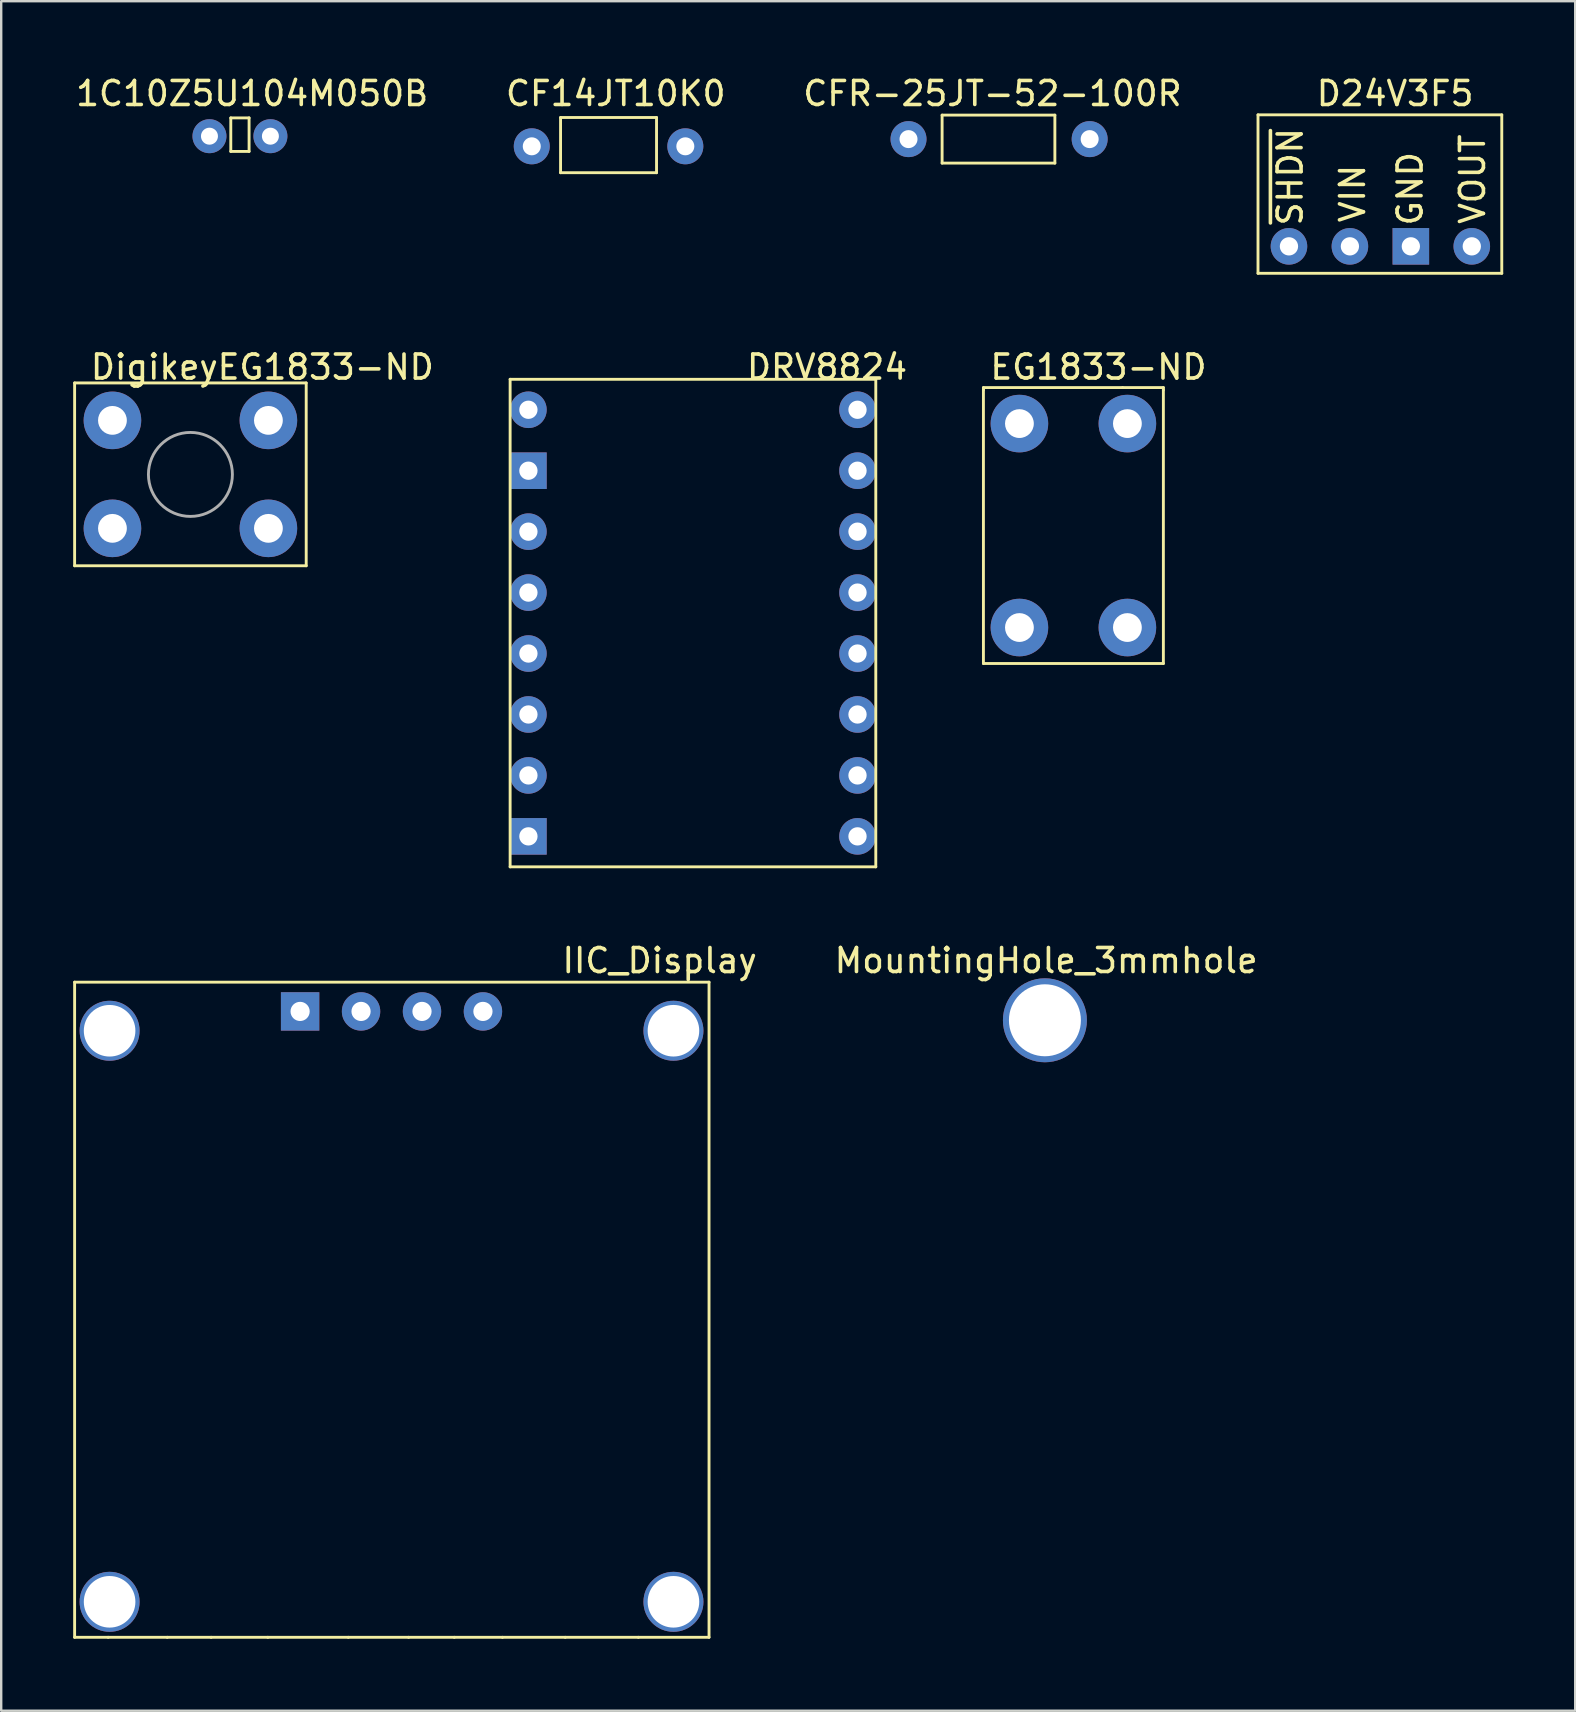
<source format=kicad_pcb>
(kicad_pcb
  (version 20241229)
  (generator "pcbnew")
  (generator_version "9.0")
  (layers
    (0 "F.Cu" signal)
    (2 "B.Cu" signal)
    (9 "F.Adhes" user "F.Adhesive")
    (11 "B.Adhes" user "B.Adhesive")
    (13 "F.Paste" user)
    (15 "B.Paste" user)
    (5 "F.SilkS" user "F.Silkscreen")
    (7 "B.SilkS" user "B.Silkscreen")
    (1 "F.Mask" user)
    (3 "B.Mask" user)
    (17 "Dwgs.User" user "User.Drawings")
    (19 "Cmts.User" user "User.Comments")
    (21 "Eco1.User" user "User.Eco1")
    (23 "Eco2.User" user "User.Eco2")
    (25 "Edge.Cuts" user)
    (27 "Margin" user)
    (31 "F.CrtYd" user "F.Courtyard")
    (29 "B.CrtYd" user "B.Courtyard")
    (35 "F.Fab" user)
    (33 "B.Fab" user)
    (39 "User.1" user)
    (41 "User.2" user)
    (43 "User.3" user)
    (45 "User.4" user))
  (footprint "D24V3F5"
    (layer "F.Cu")
    (at 51.921 6.817)
    (property "Reference" "D24V3F5" (at 3.175 -5.969 0) (layer "F.SilkS") (effects (font (size 1 1) (thickness 0.15))))
    (attr through_hole)
    (fp_line (start -2.54 -5.08) (end 7.62 -5.08) (stroke (width 0.12) (type solid)) (layer "F.SilkS"))
    (fp_line (start -2.54 1.524) (end -2.54 -5.08) (stroke (width 0.12) (type solid)) (layer "F.SilkS"))
    (fp_line (start 7.62 -5.08) (end 7.62 1.524) (stroke (width 0.12) (type solid)) (layer "F.SilkS"))
    (fp_line (start 7.62 1.524) (end -2.54 1.524) (stroke (width 0.12) (type solid)) (layer "F.SilkS"))
    (fp_text user "GND" (at 3.8 -2 90) (layer "F.SilkS") (effects (font (size 1 1) (thickness 0.15))))
    (fp_text user "VIN" (at 1.4 -1.8 90) (layer "F.SilkS") (effects (font (size 1 1) (thickness 0.15))))
    (fp_text user "~{SHDN}" (at -1.2 -2.5 90) (layer "F.SilkS") (effects (font (size 1 1) (thickness 0.15))))
    (fp_text user "VOUT" (at 6.4 -2.4 90) (layer "F.SilkS") (effects (font (size 1 1) (thickness 0.15))))
    (pad "1" thru_hole circle (at 6.37 0.4 180) (size 1.524 1.524) (drill 0.762) (layers "*.Cu" "*.Mask"))
    (pad "2" thru_hole rect (at 3.83 0.4 180) (size 1.524 1.524) (drill 0.762) (layers "*.Cu" "*.Mask"))
    (pad "3" thru_hole circle (at 1.29 0.4 180) (size 1.524 1.524) (drill 0.762) (layers "*.Cu" "*.Mask"))
    (pad "4" thru_hole circle (at -1.25 0.4 180) (size 1.524 1.524) (drill 0.762) (layers "*.Cu" "*.Mask")))
  (footprint "DRV8824"
    (layer "F.Cu")
    (at 18.973 31.808)
    (property "Reference" "DRV8824" (at 12.446 -19.558 0) (layer "F.SilkS") (effects (font (size 1 1) (thickness 0.15))))
    (attr through_hole)
    (fp_line (start -0.762 -19.05) (end -0.762 1.27) (stroke (width 0.12) (type solid)) (layer "F.SilkS"))
    (fp_line (start -0.762 1.27) (end 14.478 1.27) (stroke (width 0.12) (type solid)) (layer "F.SilkS"))
    (fp_line (start 14.478 -19.05) (end -0.762 -19.05) (stroke (width 0.12) (type solid)) (layer "F.SilkS"))
    (fp_line (start 14.478 1.27) (end 14.478 -19.05) (stroke (width 0.12) (type solid)) (layer "F.SilkS"))
    (pad "1" thru_hole rect (at 0 0) (size 1.524 1.524) (drill 0.762) (layers "*.Cu" "*.Mask"))
    (pad "1" thru_hole circle (at 13.716 0) (size 1.524 1.524) (drill 0.762) (layers "*.Cu" "*.Mask"))
    (pad "2" thru_hole circle (at 0 -2.54) (size 1.524 1.524) (drill 0.762) (layers "*.Cu" "*.Mask"))
    (pad "2" thru_hole circle (at 13.716 -2.54) (size 1.524 1.524) (drill 0.762) (layers "*.Cu" "*.Mask"))
    (pad "3" thru_hole circle (at 0 -5.08) (size 1.524 1.524) (drill 0.762) (layers "*.Cu" "*.Mask"))
    (pad "3" thru_hole circle (at 13.716 -5.08) (size 1.524 1.524) (drill 0.762) (layers "*.Cu" "*.Mask"))
    (pad "4" thru_hole circle (at 0 -7.62) (size 1.524 1.524) (drill 0.762) (layers "*.Cu" "*.Mask"))
    (pad "4" thru_hole circle (at 13.716 -7.62) (size 1.524 1.524) (drill 0.762) (layers "*.Cu" "*.Mask"))
    (pad "5" thru_hole circle (at 0 -10.16) (size 1.524 1.524) (drill 0.762) (layers "*.Cu" "*.Mask"))
    (pad "5" thru_hole circle (at 13.716 -10.16) (size 1.524 1.524) (drill 0.762) (layers "*.Cu" "*.Mask"))
    (pad "6" thru_hole circle (at 0 -12.7) (size 1.524 1.524) (drill 0.762) (layers "*.Cu" "*.Mask"))
    (pad "6" thru_hole circle (at 13.716 -12.7) (size 1.524 1.524) (drill 0.762) (layers "*.Cu" "*.Mask"))
    (pad "7" thru_hole rect (at 0 -15.24) (size 1.524 1.524) (drill 0.762) (layers "*.Cu" "*.Mask"))
    (pad "7" thru_hole circle (at 13.716 -15.24) (size 1.524 1.524) (drill 0.762) (layers "*.Cu" "*.Mask"))
    (pad "8" thru_hole circle (at 0 -17.78) (size 1.524 1.524) (drill 0.762) (layers "*.Cu" "*.Mask"))
    (pad "8" thru_hole circle (at 13.716 -17.78) (size 1.524 1.524) (drill 0.762) (layers "*.Cu" "*.Mask")))
  (footprint "DigikeyEG1833-ND"
    (layer "F.Cu")
    (at 4.886 16.72)
    (property "Reference" "DigikeyEG1833-ND" (at 2.997 -4.47 0) (layer "F.SilkS") (effects (font (size 1 1) (thickness 0.15))))
    (attr through_hole)
    (fp_line (start -4.826 -3.81) (end 4.826 -3.81) (stroke (width 0.12) (type solid)) (layer "F.SilkS"))
    (fp_line (start -4.826 3.81) (end -4.826 -3.81) (stroke (width 0.12) (type solid)) (layer "F.SilkS"))
    (fp_line (start 4.826 -3.81) (end 4.826 3.81) (stroke (width 0.12) (type solid)) (layer "F.SilkS"))
    (fp_line (start 4.826 3.81) (end -4.826 3.81) (stroke (width 0.12) (type solid)) (layer "F.SilkS"))
    (fp_circle (center 0 0.003) (end 1.75 0.003) (stroke (width 0.12) (type solid)) (fill no) (layer "F.Fab"))
    (pad "1" thru_hole circle (at -3.25 2.25) (size 2.4 2.4) (drill 1.2) (layers "*.Cu" "*.Mask"))
    (pad "1" thru_hole circle (at 3.25 2.25) (size 2.4 2.4) (drill 1.2) (layers "*.Cu" "*.Mask"))
    (pad "2" thru_hole circle (at -3.25 -2.25) (size 2.4 2.4) (drill 1.2) (layers "*.Cu" "*.Mask"))
    (pad "2" thru_hole circle (at 3.25 -2.25) (size 2.4 2.4) (drill 1.2) (layers "*.Cu" "*.Mask")))
  (footprint "EG1833-ND"
    (layer "F.Cu")
    (at 39.437 23.104)
    (property "Reference" "EG1833-ND" (at 3.294 -10.854 0) (layer "F.SilkS") (effects (font (size 1 1) (thickness 0.15))))
    (attr through_hole)
    (fp_line (start -1.5 -10) (end -1.5 -9.9) (stroke (width 0.12) (type solid)) (layer "F.SilkS"))
    (fp_line (start -1.5 1.5) (end -1.5 -9.9) (stroke (width 0.12) (type solid)) (layer "F.SilkS"))
    (fp_line (start -1.5 1.5) (end 6 1.5) (stroke (width 0.12) (type solid)) (layer "F.SilkS"))
    (fp_line (start 4.3 -10) (end -1.5 -10) (stroke (width 0.12) (type solid)) (layer "F.SilkS"))
    (fp_line (start 4.3 -10) (end 6 -10) (stroke (width 0.12) (type solid)) (layer "F.SilkS"))
    (fp_line (start 6 -10) (end 6 -9.9) (stroke (width 0.12) (type solid)) (layer "F.SilkS"))
    (fp_line (start 6 1.5) (end 6 -9.9) (stroke (width 0.12) (type solid)) (layer "F.SilkS"))
    (pad "1" thru_hole circle (at 0 0) (size 2.4 2.4) (drill 1.2) (layers "*.Cu" "*.Mask"))
    (pad "2" thru_hole circle (at 4.5 0) (size 2.4 2.4) (drill 1.2) (layers "*.Cu" "*.Mask"))
    (pad "3" thru_hole circle (at 0 -8.5) (size 2.4 2.4) (drill 1.2) (layers "*.Cu" "*.Mask"))
    (pad "4" thru_hole circle (at 4.5 -8.5) (size 2.4 2.4) (drill 1.2) (layers "*.Cu" "*.Mask")))
  (footprint "1C10Z5U104M050B"
    (layer "F.Cu")
    (at 5.68 2.626)
    (property "Reference" "1C10Z5U104M050B" (at 1.778 -1.778 0) (layer "F.SilkS") (effects (font (size 1 1) (thickness 0.15))))
    (attr through_hole)
    (fp_line (start 0.889 -0.762) (end 1.651 -0.762) (stroke (width 0.12) (type solid)) (layer "F.SilkS"))
    (fp_line (start 0.889 0.635) (end 0.889 -0.762) (stroke (width 0.12) (type solid)) (layer "F.SilkS"))
    (fp_line (start 1.651 -0.762) (end 1.651 0.635) (stroke (width 0.12) (type solid)) (layer "F.SilkS"))
    (fp_line (start 1.651 0.635) (end 0.889 0.635) (stroke (width 0.12) (type solid)) (layer "F.SilkS"))
    (pad "1" thru_hole circle (at 0 0) (size 1.416 1.416) (drill 0.708) (layers "*.Cu" "*.Mask"))
    (pad "2" thru_hole circle (at 2.54 0) (size 1.416 1.416) (drill 0.708) (layers "*.Cu" "*.Mask")))
  (footprint "MountingHole_3mmhole"
    (layer "F.Cu")
    (at 40.5 39.473)
    (property "Reference" "MountingHole_3mmhole" (at 0.051 -2.488 0) (layer "F.SilkS") (effects (font (size 1 1) (thickness 0.15))))
    (attr through_hole)
    (pad "1" thru_hole circle (at 0 0) (size 3.5 3.5) (drill 3) (layers "*.Cu" "*.Mask")))
  (footprint "CFR-25JT-52-100R"
    (layer "F.Cu")
    (at 34.815 2.748)
    (property "Reference" "CFR-25JT-52-100R" (at 3.5 -1.9 0) (layer "F.SilkS") (effects (font (size 1 1) (thickness 0.15))))
    (attr through_hole)
    (fp_line (start 1.4 -1) (end 1.4 1) (stroke (width 0.12) (type solid)) (layer "F.SilkS"))
    (fp_line (start 1.4 -1) (end 6.1 -1) (stroke (width 0.12) (type solid)) (layer "F.SilkS"))
    (fp_line (start 6.1 1) (end 1.4 1) (stroke (width 0.12) (type solid)) (layer "F.SilkS"))
    (fp_line (start 6.1 1) (end 6.1 -1) (stroke (width 0.12) (type solid)) (layer "F.SilkS"))
    (pad "1" thru_hole circle (at 0 0) (size 1.5 1.5) (drill 0.75) (layers "*.Cu" "*.Mask"))
    (pad "2" thru_hole circle (at 7.55 0) (size 1.5 1.5) (drill 0.75) (layers "*.Cu" "*.Mask")))
  (footprint "CF14JT10K0"
    (layer "F.Cu")
    (at 19.113 3.048)
    (property "Reference" "CF14JT10K0" (at 3.5 -2.2 0) (layer "F.SilkS") (effects (font (size 1 1) (thickness 0.15))))
    (attr through_hole)
    (fp_line (start 1.2 -1.2) (end 1.2 1.1) (stroke (width 0.12) (type solid)) (layer "F.SilkS"))
    (fp_line (start 1.2 -1.2) (end 5.2 -1.2) (stroke (width 0.12) (type solid)) (layer "F.SilkS"))
    (fp_line (start 5.2 -1.2) (end 5.2 1.1) (stroke (width 0.12) (type solid)) (layer "F.SilkS"))
    (fp_line (start 5.2 1.1) (end 1.2 1.1) (stroke (width 0.12) (type solid)) (layer "F.SilkS"))
    (pad "1" thru_hole circle (at 0 0) (size 1.5 1.5) (drill 0.75) (layers "*.Cu" "*.Mask"))
    (pad "2" thru_hole circle (at 6.4 0) (size 1.5 1.5) (drill 0.75) (layers "*.Cu" "*.Mask")))
  (footprint "IIC_Display"
    (layer "F.Cu")
    (at 17.078 39.104)
    (property "Reference" "IIC_Display" (at 7.366 -2.118 0) (layer "F.SilkS") (effects (font (size 1 1) (thickness 0.15))))
    (attr through_hole)
    (fp_line (start -17.018 26.086) (end -17.018 -1.219) (stroke (width 0.12) (type solid)) (layer "F.SilkS"))
    (fp_line (start -15.621 26.086) (end -17.018 26.086) (stroke (width 0.12) (type solid)) (layer "F.SilkS"))
    (fp_line (start -15.621 26.086) (end -13.157 26.086) (stroke (width 0.12) (type solid)) (layer "F.SilkS"))
    (fp_line (start -13.157 26.086) (end -11.328 26.086) (stroke (width 0.12) (type solid)) (layer "F.SilkS"))
    (fp_line (start -11.328 26.086) (end -8.966 26.086) (stroke (width 0.12) (type solid)) (layer "F.SilkS"))
    (fp_line (start -8.966 26.086) (end -5.613 26.086) (stroke (width 0.12) (type solid)) (layer "F.SilkS"))
    (fp_line (start -5.613 26.086) (end -3.099 26.086) (stroke (width 0.12) (type solid)) (layer "F.SilkS"))
    (fp_line (start -3.099 26.086) (end -1.194 26.086) (stroke (width 0.12) (type solid)) (layer "F.SilkS"))
    (fp_line (start -1.194 26.086) (end 0.813 26.086) (stroke (width 0.12) (type solid)) (layer "F.SilkS"))
    (fp_line (start 0.813 26.086) (end 3.429 26.086) (stroke (width 0.12) (type solid)) (layer "F.SilkS"))
    (fp_line (start 3.429 26.086) (end 6.477 26.086) (stroke (width 0.12) (type solid)) (layer "F.SilkS"))
    (fp_line (start 6.477 26.086) (end 9.423 26.086) (stroke (width 0.12) (type solid)) (layer "F.SilkS"))
    (fp_line (start 9.423 -1.219) (end -17.018 -1.219) (stroke (width 0.12) (type solid)) (layer "F.SilkS"))
    (fp_line (start 9.423 26.086) (end 9.423 -1.219) (stroke (width 0.12) (type solid)) (layer "F.SilkS"))
    (pad "1" thru_hole rect (at -7.62 0 270) (size 1.6 1.6) (drill 0.8) (layers "*.Cu" "*.Mask"))
    (pad "2" thru_hole circle (at -5.08 0 270) (size 1.6 1.6) (drill 0.8) (layers "*.Cu" "*.Mask"))
    (pad "3" thru_hole circle (at -2.54 0 270) (size 1.6 1.6) (drill 0.8) (layers "*.Cu" "*.Mask"))
    (pad "4" thru_hole circle (at 0 0 270) (size 1.6 1.6) (drill 0.8) (layers "*.Cu" "*.Mask"))
    (pad "~" thru_hole circle (at -15.56 0.806) (size 2.5 2.5) (drill 2.15) (layers "*.Cu" "*.Mask"))
    (pad "~" thru_hole circle (at -15.56 24.606) (size 2.5 2.5) (drill 2.15) (layers "*.Cu" "*.Mask"))
    (pad "~" thru_hole circle (at 7.94 0.805) (size 2.5 2.5) (drill 2.15) (layers "*.Cu" "*.Mask"))
    (pad "~" thru_hole circle (at 7.94 24.606) (size 2.5 2.5) (drill 2.15) (layers "*.Cu" "*.Mask")))
  (gr_rect
    (start -3 -3)
    (end 62.601 68.25)
    (stroke (width 0.1) (type default))
    (fill no)
    (layer "Edge.Cuts")))
</source>
